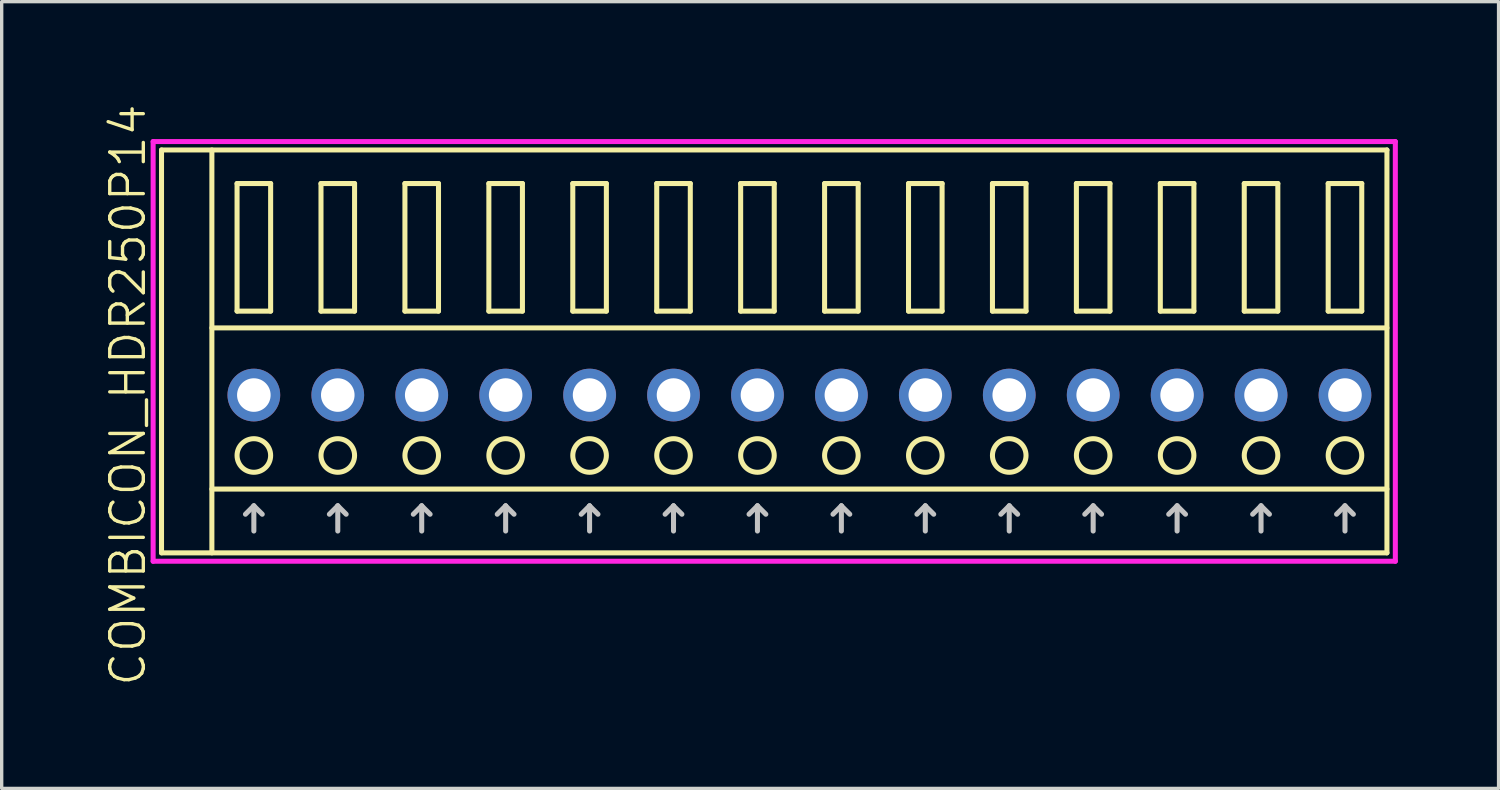
<source format=kicad_pcb>
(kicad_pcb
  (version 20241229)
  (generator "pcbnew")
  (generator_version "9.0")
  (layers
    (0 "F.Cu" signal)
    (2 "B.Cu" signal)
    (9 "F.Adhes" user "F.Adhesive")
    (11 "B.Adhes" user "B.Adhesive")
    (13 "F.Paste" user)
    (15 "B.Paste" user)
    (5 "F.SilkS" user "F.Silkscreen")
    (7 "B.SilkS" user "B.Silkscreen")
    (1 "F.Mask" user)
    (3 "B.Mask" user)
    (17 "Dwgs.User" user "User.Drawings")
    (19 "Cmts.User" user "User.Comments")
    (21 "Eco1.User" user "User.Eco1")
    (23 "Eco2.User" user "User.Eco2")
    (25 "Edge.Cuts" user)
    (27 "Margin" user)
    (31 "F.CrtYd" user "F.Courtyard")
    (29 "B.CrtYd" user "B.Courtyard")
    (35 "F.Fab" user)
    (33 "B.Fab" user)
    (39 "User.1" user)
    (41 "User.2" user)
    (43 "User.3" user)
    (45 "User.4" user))
  (footprint "COMBICON_HDR250P14"
    (layer "F.Cu")
    (at 20.761 8.717)
    (property "Reference" "COMBICON_HDR250P14" (at -20 0 90) (layer "F.SilkS") (effects (font (size 1 1) (thickness 0.1))))
    (attr through_hole)
    (fp_line (start -19 -7.3) (end -19 4.7) (stroke (width 0.15) (type solid)) (layer "F.SilkS"))
    (fp_line (start -19 4.7) (end 17.5 4.7) (stroke (width 0.15) (type solid)) (layer "F.SilkS"))
    (fp_line (start -17.5 -2) (end 17.5 -2) (stroke (width 0.15) (type solid)) (layer "F.SilkS"))
    (fp_line (start -17.5 2.8) (end 17.5 2.8) (stroke (width 0.15) (type solid)) (layer "F.SilkS"))
    (fp_line (start -17.5 4.7) (end -17.5 -7.3) (stroke (width 0.15) (type solid)) (layer "F.SilkS"))
    (fp_line (start -16.75 -6.3) (end -16.75 -2.5) (stroke (width 0.15) (type solid)) (layer "F.SilkS"))
    (fp_line (start -16.75 -2.5) (end -15.75 -2.5) (stroke (width 0.15) (type solid)) (layer "F.SilkS"))
    (fp_line (start -15.75 -6.3) (end -16.75 -6.3) (stroke (width 0.15) (type solid)) (layer "F.SilkS"))
    (fp_line (start -15.75 -2.5) (end -15.75 -6.3) (stroke (width 0.15) (type solid)) (layer "F.SilkS"))
    (fp_line (start -14.25 -6.3) (end -14.25 -2.5) (stroke (width 0.15) (type solid)) (layer "F.SilkS"))
    (fp_line (start -14.25 -2.5) (end -13.25 -2.5) (stroke (width 0.15) (type solid)) (layer "F.SilkS"))
    (fp_line (start -13.25 -6.3) (end -14.25 -6.3) (stroke (width 0.15) (type solid)) (layer "F.SilkS"))
    (fp_line (start -13.25 -2.5) (end -13.25 -6.3) (stroke (width 0.15) (type solid)) (layer "F.SilkS"))
    (fp_line (start -11.75 -6.3) (end -11.75 -2.5) (stroke (width 0.15) (type solid)) (layer "F.SilkS"))
    (fp_line (start -11.75 -2.5) (end -10.75 -2.5) (stroke (width 0.15) (type solid)) (layer "F.SilkS"))
    (fp_line (start -10.75 -6.3) (end -11.75 -6.3) (stroke (width 0.15) (type solid)) (layer "F.SilkS"))
    (fp_line (start -10.75 -2.5) (end -10.75 -6.3) (stroke (width 0.15) (type solid)) (layer "F.SilkS"))
    (fp_line (start -9.25 -6.3) (end -9.25 -2.5) (stroke (width 0.15) (type solid)) (layer "F.SilkS"))
    (fp_line (start -9.25 -2.5) (end -8.25 -2.5) (stroke (width 0.15) (type solid)) (layer "F.SilkS"))
    (fp_line (start -8.25 -6.3) (end -9.25 -6.3) (stroke (width 0.15) (type solid)) (layer "F.SilkS"))
    (fp_line (start -8.25 -2.5) (end -8.25 -6.3) (stroke (width 0.15) (type solid)) (layer "F.SilkS"))
    (fp_line (start -6.75 -6.3) (end -6.75 -2.5) (stroke (width 0.15) (type solid)) (layer "F.SilkS"))
    (fp_line (start -6.75 -2.5) (end -5.75 -2.5) (stroke (width 0.15) (type solid)) (layer "F.SilkS"))
    (fp_line (start -5.75 -6.3) (end -6.75 -6.3) (stroke (width 0.15) (type solid)) (layer "F.SilkS"))
    (fp_line (start -5.75 -2.5) (end -5.75 -6.3) (stroke (width 0.15) (type solid)) (layer "F.SilkS"))
    (fp_line (start -4.25 -6.3) (end -4.25 -2.5) (stroke (width 0.15) (type solid)) (layer "F.SilkS"))
    (fp_line (start -4.25 -2.5) (end -3.25 -2.5) (stroke (width 0.15) (type solid)) (layer "F.SilkS"))
    (fp_line (start -3.25 -6.3) (end -4.25 -6.3) (stroke (width 0.15) (type solid)) (layer "F.SilkS"))
    (fp_line (start -3.25 -2.5) (end -3.25 -6.3) (stroke (width 0.15) (type solid)) (layer "F.SilkS"))
    (fp_line (start -1.75 -6.3) (end -1.75 -2.5) (stroke (width 0.15) (type solid)) (layer "F.SilkS"))
    (fp_line (start -1.75 -2.5) (end -0.75 -2.5) (stroke (width 0.15) (type solid)) (layer "F.SilkS"))
    (fp_line (start -0.75 -6.3) (end -1.75 -6.3) (stroke (width 0.15) (type solid)) (layer "F.SilkS"))
    (fp_line (start -0.75 -2.5) (end -0.75 -6.3) (stroke (width 0.15) (type solid)) (layer "F.SilkS"))
    (fp_line (start 0.75 -6.3) (end 0.75 -2.5) (stroke (width 0.15) (type solid)) (layer "F.SilkS"))
    (fp_line (start 0.75 -2.5) (end 1.75 -2.5) (stroke (width 0.15) (type solid)) (layer "F.SilkS"))
    (fp_line (start 1.75 -6.3) (end 0.75 -6.3) (stroke (width 0.15) (type solid)) (layer "F.SilkS"))
    (fp_line (start 1.75 -2.5) (end 1.75 -6.3) (stroke (width 0.15) (type solid)) (layer "F.SilkS"))
    (fp_line (start 3.25 -6.3) (end 3.25 -2.5) (stroke (width 0.15) (type solid)) (layer "F.SilkS"))
    (fp_line (start 3.25 -2.5) (end 4.25 -2.5) (stroke (width 0.15) (type solid)) (layer "F.SilkS"))
    (fp_line (start 4.25 -6.3) (end 3.25 -6.3) (stroke (width 0.15) (type solid)) (layer "F.SilkS"))
    (fp_line (start 4.25 -2.5) (end 4.25 -6.3) (stroke (width 0.15) (type solid)) (layer "F.SilkS"))
    (fp_line (start 5.75 -6.3) (end 5.75 -2.5) (stroke (width 0.15) (type solid)) (layer "F.SilkS"))
    (fp_line (start 5.75 -2.5) (end 6.75 -2.5) (stroke (width 0.15) (type solid)) (layer "F.SilkS"))
    (fp_line (start 6.75 -6.3) (end 5.75 -6.3) (stroke (width 0.15) (type solid)) (layer "F.SilkS"))
    (fp_line (start 6.75 -2.5) (end 6.75 -6.3) (stroke (width 0.15) (type solid)) (layer "F.SilkS"))
    (fp_line (start 8.25 -6.3) (end 8.25 -2.5) (stroke (width 0.15) (type solid)) (layer "F.SilkS"))
    (fp_line (start 8.25 -2.5) (end 9.25 -2.5) (stroke (width 0.15) (type solid)) (layer "F.SilkS"))
    (fp_line (start 9.25 -6.3) (end 8.25 -6.3) (stroke (width 0.15) (type solid)) (layer "F.SilkS"))
    (fp_line (start 9.25 -2.5) (end 9.25 -6.3) (stroke (width 0.15) (type solid)) (layer "F.SilkS"))
    (fp_line (start 10.75 -6.3) (end 10.75 -2.5) (stroke (width 0.15) (type solid)) (layer "F.SilkS"))
    (fp_line (start 10.75 -2.5) (end 11.75 -2.5) (stroke (width 0.15) (type solid)) (layer "F.SilkS"))
    (fp_line (start 11.75 -6.3) (end 10.75 -6.3) (stroke (width 0.15) (type solid)) (layer "F.SilkS"))
    (fp_line (start 11.75 -2.5) (end 11.75 -6.3) (stroke (width 0.15) (type solid)) (layer "F.SilkS"))
    (fp_line (start 13.25 -6.3) (end 13.25 -2.5) (stroke (width 0.15) (type solid)) (layer "F.SilkS"))
    (fp_line (start 13.25 -2.5) (end 14.25 -2.5) (stroke (width 0.15) (type solid)) (layer "F.SilkS"))
    (fp_line (start 14.25 -6.3) (end 13.25 -6.3) (stroke (width 0.15) (type solid)) (layer "F.SilkS"))
    (fp_line (start 14.25 -2.5) (end 14.25 -6.3) (stroke (width 0.15) (type solid)) (layer "F.SilkS"))
    (fp_line (start 15.75 -6.3) (end 15.75 -2.5) (stroke (width 0.15) (type solid)) (layer "F.SilkS"))
    (fp_line (start 15.75 -2.5) (end 16.75 -2.5) (stroke (width 0.15) (type solid)) (layer "F.SilkS"))
    (fp_line (start 16.75 -6.3) (end 15.75 -6.3) (stroke (width 0.15) (type solid)) (layer "F.SilkS"))
    (fp_line (start 16.75 -2.5) (end 16.75 -6.3) (stroke (width 0.15) (type solid)) (layer "F.SilkS"))
    (fp_line (start 17.5 -7.3) (end -19 -7.3) (stroke (width 0.15) (type solid)) (layer "F.SilkS"))
    (fp_line (start 17.5 4.7) (end 17.5 -7.3) (stroke (width 0.15) (type solid)) (layer "F.SilkS"))
    (fp_circle (center -16.25 1.8) (end -15.75 1.8) (stroke (width 0.15) (type solid)) (fill no) (layer "F.SilkS"))
    (fp_circle (center -13.75 1.8) (end -13.25 1.8) (stroke (width 0.15) (type solid)) (fill no) (layer "F.SilkS"))
    (fp_circle (center -11.25 1.8) (end -10.75 1.8) (stroke (width 0.15) (type solid)) (fill no) (layer "F.SilkS"))
    (fp_circle (center -8.75 1.8) (end -8.25 1.8) (stroke (width 0.15) (type solid)) (fill no) (layer "F.SilkS"))
    (fp_circle (center -6.25 1.8) (end -5.75 1.8) (stroke (width 0.15) (type solid)) (fill no) (layer "F.SilkS"))
    (fp_circle (center -3.75 1.8) (end -3.25 1.8) (stroke (width 0.15) (type solid)) (fill no) (layer "F.SilkS"))
    (fp_circle (center -1.25 1.8) (end -0.75 1.8) (stroke (width 0.15) (type solid)) (fill no) (layer "F.SilkS"))
    (fp_circle (center 1.25 1.8) (end 1.75 1.8) (stroke (width 0.15) (type solid)) (fill no) (layer "F.SilkS"))
    (fp_circle (center 3.75 1.8) (end 4.25 1.8) (stroke (width 0.15) (type solid)) (fill no) (layer "F.SilkS"))
    (fp_circle (center 6.25 1.8) (end 6.75 1.8) (stroke (width 0.15) (type solid)) (fill no) (layer "F.SilkS"))
    (fp_circle (center 8.75 1.8) (end 9.25 1.8) (stroke (width 0.15) (type solid)) (fill no) (layer "F.SilkS"))
    (fp_circle (center 11.25 1.8) (end 11.75 1.8) (stroke (width 0.15) (type solid)) (fill no) (layer "F.SilkS"))
    (fp_circle (center 13.75 1.8) (end 14.25 1.8) (stroke (width 0.15) (type solid)) (fill no) (layer "F.SilkS"))
    (fp_circle (center 16.25 1.8) (end 16.75 1.8) (stroke (width 0.15) (type solid)) (fill no) (layer "F.SilkS"))
    (fp_line (start -16.5 3.55) (end -16.25 3.3) (stroke (width 0.15) (type solid)) (layer "Dwgs.User"))
    (fp_line (start -16.25 4.05) (end -16.25 3.3) (stroke (width 0.15) (type solid)) (layer "Dwgs.User"))
    (fp_line (start -16 3.55) (end -16.25 3.3) (stroke (width 0.15) (type solid)) (layer "Dwgs.User"))
    (fp_line (start -14 3.55) (end -13.75 3.3) (stroke (width 0.15) (type solid)) (layer "Dwgs.User"))
    (fp_line (start -13.75 4.05) (end -13.75 3.3) (stroke (width 0.15) (type solid)) (layer "Dwgs.User"))
    (fp_line (start -13.5 3.55) (end -13.75 3.3) (stroke (width 0.15) (type solid)) (layer "Dwgs.User"))
    (fp_line (start -11.5 3.55) (end -11.25 3.3) (stroke (width 0.15) (type solid)) (layer "Dwgs.User"))
    (fp_line (start -11.25 4.05) (end -11.25 3.3) (stroke (width 0.15) (type solid)) (layer "Dwgs.User"))
    (fp_line (start -11 3.55) (end -11.25 3.3) (stroke (width 0.15) (type solid)) (layer "Dwgs.User"))
    (fp_line (start -9 3.55) (end -8.75 3.3) (stroke (width 0.15) (type solid)) (layer "Dwgs.User"))
    (fp_line (start -8.75 4.05) (end -8.75 3.3) (stroke (width 0.15) (type solid)) (layer "Dwgs.User"))
    (fp_line (start -8.5 3.55) (end -8.75 3.3) (stroke (width 0.15) (type solid)) (layer "Dwgs.User"))
    (fp_line (start -6.5 3.55) (end -6.25 3.3) (stroke (width 0.15) (type solid)) (layer "Dwgs.User"))
    (fp_line (start -6.25 4.05) (end -6.25 3.3) (stroke (width 0.15) (type solid)) (layer "Dwgs.User"))
    (fp_line (start -6 3.55) (end -6.25 3.3) (stroke (width 0.15) (type solid)) (layer "Dwgs.User"))
    (fp_line (start -4 3.55) (end -3.75 3.3) (stroke (width 0.15) (type solid)) (layer "Dwgs.User"))
    (fp_line (start -3.75 4.05) (end -3.75 3.3) (stroke (width 0.15) (type solid)) (layer "Dwgs.User"))
    (fp_line (start -3.5 3.55) (end -3.75 3.3) (stroke (width 0.15) (type solid)) (layer "Dwgs.User"))
    (fp_line (start -1.5 3.55) (end -1.25 3.3) (stroke (width 0.15) (type solid)) (layer "Dwgs.User"))
    (fp_line (start -1.25 4.05) (end -1.25 3.3) (stroke (width 0.15) (type solid)) (layer "Dwgs.User"))
    (fp_line (start -1 3.55) (end -1.25 3.3) (stroke (width 0.15) (type solid)) (layer "Dwgs.User"))
    (fp_line (start 1 3.55) (end 1.25 3.3) (stroke (width 0.15) (type solid)) (layer "Dwgs.User"))
    (fp_line (start 1.25 4.05) (end 1.25 3.3) (stroke (width 0.15) (type solid)) (layer "Dwgs.User"))
    (fp_line (start 1.5 3.55) (end 1.25 3.3) (stroke (width 0.15) (type solid)) (layer "Dwgs.User"))
    (fp_line (start 3.5 3.55) (end 3.75 3.3) (stroke (width 0.15) (type solid)) (layer "Dwgs.User"))
    (fp_line (start 3.75 4.05) (end 3.75 3.3) (stroke (width 0.15) (type solid)) (layer "Dwgs.User"))
    (fp_line (start 4 3.55) (end 3.75 3.3) (stroke (width 0.15) (type solid)) (layer "Dwgs.User"))
    (fp_line (start 6 3.55) (end 6.25 3.3) (stroke (width 0.15) (type solid)) (layer "Dwgs.User"))
    (fp_line (start 6.25 4.05) (end 6.25 3.3) (stroke (width 0.15) (type solid)) (layer "Dwgs.User"))
    (fp_line (start 6.5 3.55) (end 6.25 3.3) (stroke (width 0.15) (type solid)) (layer "Dwgs.User"))
    (fp_line (start 8.5 3.55) (end 8.75 3.3) (stroke (width 0.15) (type solid)) (layer "Dwgs.User"))
    (fp_line (start 8.75 4.05) (end 8.75 3.3) (stroke (width 0.15) (type solid)) (layer "Dwgs.User"))
    (fp_line (start 9 3.55) (end 8.75 3.3) (stroke (width 0.15) (type solid)) (layer "Dwgs.User"))
    (fp_line (start 11 3.55) (end 11.25 3.3) (stroke (width 0.15) (type solid)) (layer "Dwgs.User"))
    (fp_line (start 11.25 4.05) (end 11.25 3.3) (stroke (width 0.15) (type solid)) (layer "Dwgs.User"))
    (fp_line (start 11.5 3.55) (end 11.25 3.3) (stroke (width 0.15) (type solid)) (layer "Dwgs.User"))
    (fp_line (start 13.5 3.55) (end 13.75 3.3) (stroke (width 0.15) (type solid)) (layer "Dwgs.User"))
    (fp_line (start 13.75 4.05) (end 13.75 3.3) (stroke (width 0.15) (type solid)) (layer "Dwgs.User"))
    (fp_line (start 14 3.55) (end 13.75 3.3) (stroke (width 0.15) (type solid)) (layer "Dwgs.User"))
    (fp_line (start 16 3.55) (end 16.25 3.3) (stroke (width 0.15) (type solid)) (layer "Dwgs.User"))
    (fp_line (start 16.25 4.05) (end 16.25 3.3) (stroke (width 0.15) (type solid)) (layer "Dwgs.User"))
    (fp_line (start 16.5 3.55) (end 16.25 3.3) (stroke (width 0.15) (type solid)) (layer "Dwgs.User"))
    (fp_line (start -19.25 -7.55) (end -19.25 4.95) (stroke (width 0.15) (type solid)) (layer "F.CrtYd"))
    (fp_line (start -19.25 4.95) (end 17.75 4.95) (stroke (width 0.15) (type solid)) (layer "F.CrtYd"))
    (fp_line (start 17.75 -7.55) (end -19.25 -7.55) (stroke (width 0.15) (type solid)) (layer "F.CrtYd"))
    (fp_line (start 17.75 4.95) (end 17.75 -7.55) (stroke (width 0.15) (type solid)) (layer "F.CrtYd"))
    (pad "1" thru_hole oval (at -16.25 0) (size 1.57 1.57) (drill 1) (layers "*.Cu" "*.Mask"))
    (pad "2" thru_hole oval (at -13.75 0) (size 1.57 1.57) (drill 1) (layers "*.Cu" "*.Mask"))
    (pad "3" thru_hole oval (at -11.25 0) (size 1.57 1.57) (drill 1) (layers "*.Cu" "*.Mask"))
    (pad "4" thru_hole oval (at -8.75 0) (size 1.57 1.57) (drill 1) (layers "*.Cu" "*.Mask"))
    (pad "5" thru_hole oval (at -6.25 0) (size 1.57 1.57) (drill 1) (layers "*.Cu" "*.Mask"))
    (pad "6" thru_hole oval (at -3.75 0) (size 1.57 1.57) (drill 1) (layers "*.Cu" "*.Mask"))
    (pad "7" thru_hole oval (at -1.25 0) (size 1.57 1.57) (drill 1) (layers "*.Cu" "*.Mask"))
    (pad "8" thru_hole oval (at 1.25 0) (size 1.57 1.57) (drill 1) (layers "*.Cu" "*.Mask"))
    (pad "9" thru_hole oval (at 3.75 0) (size 1.57 1.57) (drill 1) (layers "*.Cu" "*.Mask"))
    (pad "10" thru_hole oval (at 6.25 0) (size 1.57 1.57) (drill 1) (layers "*.Cu" "*.Mask"))
    (pad "11" thru_hole oval (at 8.75 0) (size 1.57 1.57) (drill 1) (layers "*.Cu" "*.Mask"))
    (pad "12" thru_hole oval (at 11.25 0) (size 1.57 1.57) (drill 1) (layers "*.Cu" "*.Mask"))
    (pad "13" thru_hole oval (at 13.75 0) (size 1.57 1.57) (drill 1) (layers "*.Cu" "*.Mask"))
    (pad "14" thru_hole oval (at 16.25 0) (size 1.57 1.57) (drill 1) (layers "*.Cu" "*.Mask")))
  (gr_rect
    (start -3 -3)
    (end 41.586 20.433)
    (stroke (width 0.1) (type default))
    (fill no)
    (layer "Edge.Cuts")))
</source>
